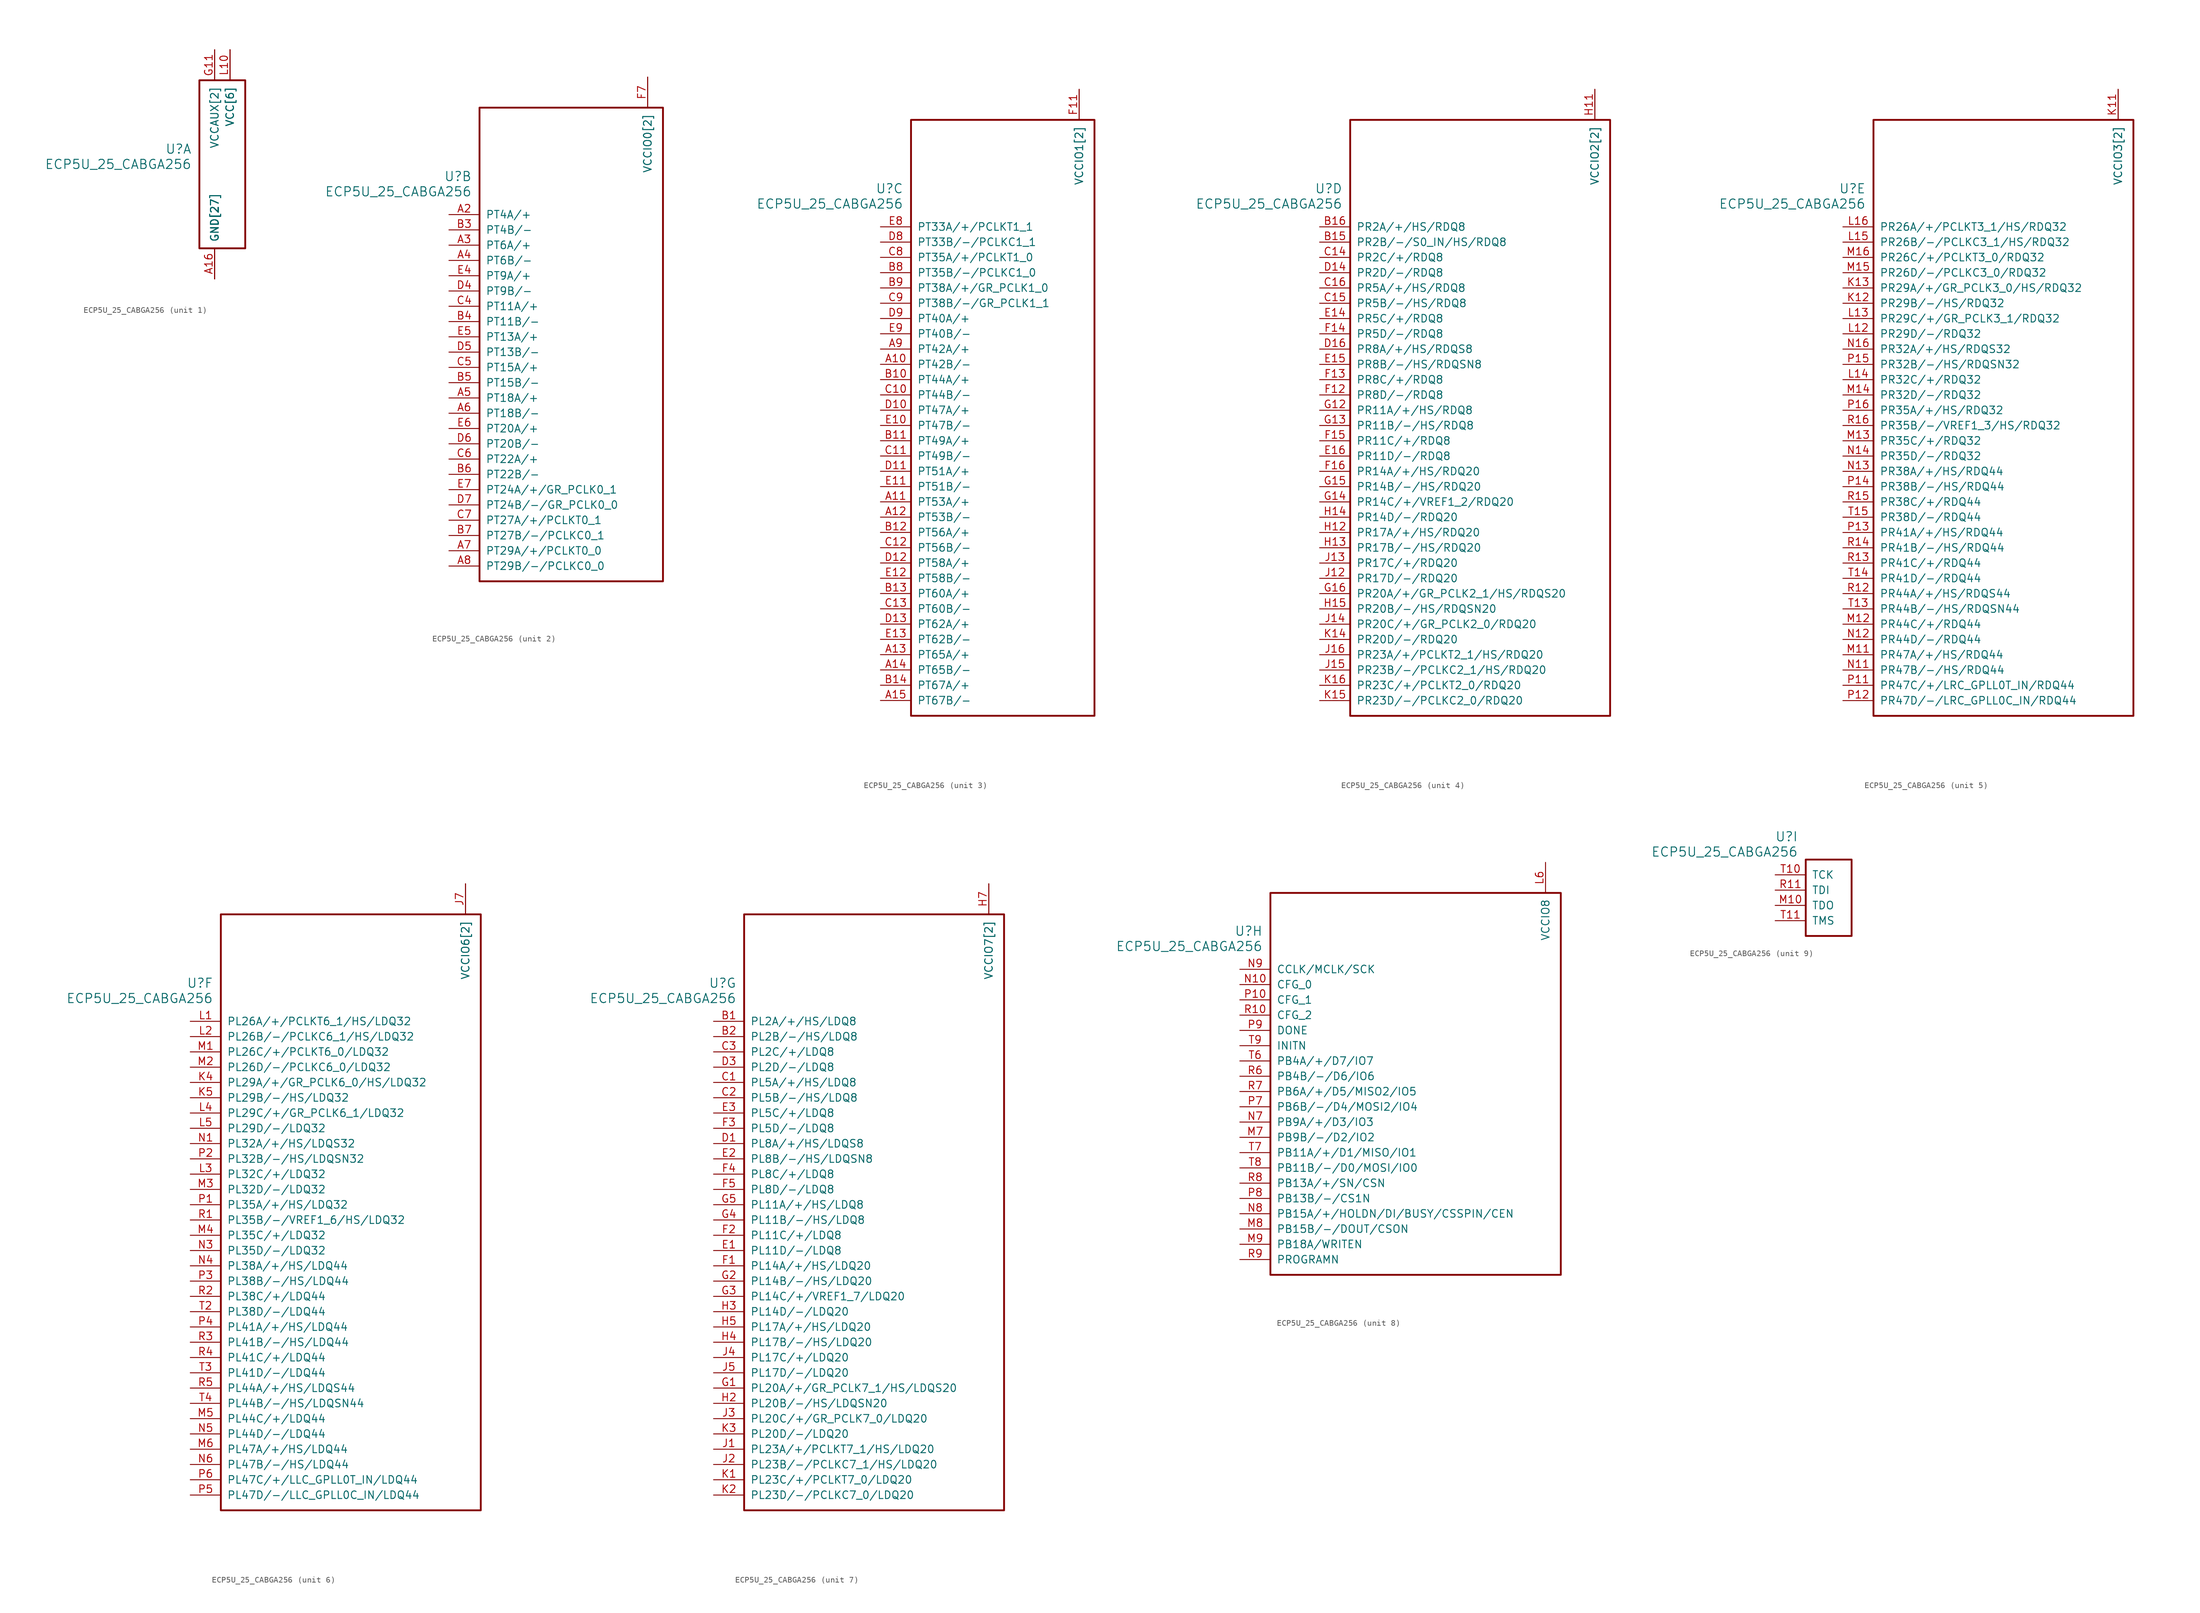
<source format=kicad_sym>
(kicad_symbol_lib
  (version 20241209)
  (generator "kicad_symbol_editor")
  (generator_version "9.0")
  (symbol "ECP5U_25_CABGA256"
    (pin_names
      (offset 1.016))
    (property "Reference" "U"
      (at 3.81 6.35 0)
      (effects (font (size 1.524 1.524)) (justify right)))
    (property "Value" "ECP5U_25_CABGA256"
      (at 3.81 3.81 0)
      (effects (font (size 1.524 1.524)) (justify right)))
    (property "ki_locked" ""
      (at 0 0 0)
      (effects (font (size 1.27 1.27))))
    (symbol "ECP5U_25_CABGA256_1_1"
      (rectangle (start 5.08 17.78) (end 12.7 -10.16) (stroke (width 0.305) (type solid)) (fill (type none)))
      (pin power_in line (at 7.62 22.86 270) (length 5.08) (name "VCCAUX[2]" (effects (font (size 1.27 1.27)))) (number "G11" (effects (font (size 1.27 1.27)))))
      (pin power_in line (at 7.62 22.86 270) (length 5.08) (name "VCCAUX[2]" (effects (font (size 1.27 1.27)))) (number "L7" (effects (font (size 0 0)))))
      (pin power_in line (at 7.62 -15.24 90) (length 5.08) (name "GND[27]" (effects (font (size 1.27 1.27)))) (number "A1" (effects (font (size 0 0)))))
      (pin power_in line (at 7.62 -15.24 90) (length 5.08) (name "GND[27]" (effects (font (size 1.27 1.27)))) (number "A16" (effects (font (size 1.27 1.27)))))
      (pin power_in line (at 7.62 -15.24 90) (length 5.08) (name "GND[27]" (effects (font (size 1.27 1.27)))) (number "D15" (effects (font (size 0 0)))))
      (pin power_in line (at 7.62 -15.24 90) (length 5.08) (name "GND[27]" (effects (font (size 1.27 1.27)))) (number "D2" (effects (font (size 0 0)))))
      (pin power_in line (at 7.62 -15.24 90) (length 5.08) (name "GND[27]" (effects (font (size 1.27 1.27)))) (number "F8" (effects (font (size 0 0)))))
      (pin power_in line (at 7.62 -15.24 90) (length 5.08) (name "GND[27]" (effects (font (size 1.27 1.27)))) (number "F9" (effects (font (size 0 0)))))
      (pin power_in line (at 7.62 -15.24 90) (length 5.08) (name "GND[27]" (effects (font (size 1.27 1.27)))) (number "G10" (effects (font (size 0 0)))))
      (pin power_in line (at 7.62 -15.24 90) (length 5.08) (name "GND[27]" (effects (font (size 1.27 1.27)))) (number "G8" (effects (font (size 0 0)))))
      (pin power_in line (at 7.62 -15.24 90) (length 5.08) (name "GND[27]" (effects (font (size 1.27 1.27)))) (number "H1" (effects (font (size 0 0)))))
      (pin power_in line (at 7.62 -15.24 90) (length 5.08) (name "GND[27]" (effects (font (size 1.27 1.27)))) (number "H10" (effects (font (size 0 0)))))
      (pin power_in line (at 7.62 -15.24 90) (length 5.08) (name "GND[27]" (effects (font (size 1.27 1.27)))) (number "H16" (effects (font (size 0 0)))))
      (pin power_in line (at 7.62 -15.24 90) (length 5.08) (name "GND[27]" (effects (font (size 1.27 1.27)))) (number "H8" (effects (font (size 0 0)))))
      (pin power_in line (at 7.62 -15.24 90) (length 5.08) (name "GND[27]" (effects (font (size 1.27 1.27)))) (number "H9" (effects (font (size 0 0)))))
      (pin power_in line (at 7.62 -15.24 90) (length 5.08) (name "GND[27]" (effects (font (size 1.27 1.27)))) (number "J10" (effects (font (size 0 0)))))
      (pin power_in line (at 7.62 -15.24 90) (length 5.08) (name "GND[27]" (effects (font (size 1.27 1.27)))) (number "J8" (effects (font (size 0 0)))))
      (pin power_in line (at 7.62 -15.24 90) (length 5.08) (name "GND[27]" (effects (font (size 1.27 1.27)))) (number "J9" (effects (font (size 0 0)))))
      (pin power_in line (at 7.62 -15.24 90) (length 5.08) (name "GND[27]" (effects (font (size 1.27 1.27)))) (number "K10" (effects (font (size 0 0)))))
      (pin power_in line (at 7.62 -15.24 90) (length 5.08) (name "GND[27]" (effects (font (size 1.27 1.27)))) (number "K6" (effects (font (size 0 0)))))
      (pin power_in line (at 7.62 -15.24 90) (length 5.08) (name "GND[27]" (effects (font (size 1.27 1.27)))) (number "K7" (effects (font (size 0 0)))))
      (pin power_in line (at 7.62 -15.24 90) (length 5.08) (name "GND[27]" (effects (font (size 1.27 1.27)))) (number "K8" (effects (font (size 0 0)))))
      (pin power_in line (at 7.62 -15.24 90) (length 5.08) (name "GND[27]" (effects (font (size 1.27 1.27)))) (number "K9" (effects (font (size 0 0)))))
      (pin power_in line (at 7.62 -15.24 90) (length 5.08) (name "GND[27]" (effects (font (size 1.27 1.27)))) (number "N15" (effects (font (size 0 0)))))
      (pin power_in line (at 7.62 -15.24 90) (length 5.08) (name "GND[27]" (effects (font (size 1.27 1.27)))) (number "N2" (effects (font (size 0 0)))))
      (pin power_in line (at 7.62 -15.24 90) (length 5.08) (name "GND[27]" (effects (font (size 1.27 1.27)))) (number "T1" (effects (font (size 0 0)))))
      (pin power_in line (at 7.62 -15.24 90) (length 5.08) (name "GND[27]" (effects (font (size 1.27 1.27)))) (number "T12" (effects (font (size 0 0)))))
      (pin power_in line (at 7.62 -15.24 90) (length 5.08) (name "GND[27]" (effects (font (size 1.27 1.27)))) (number "T16" (effects (font (size 0 0)))))
      (pin power_in line (at 7.62 -15.24 90) (length 5.08) (name "GND[27]" (effects (font (size 1.27 1.27)))) (number "T5" (effects (font (size 0 0)))))
      (pin power_in line (at 10.16 22.86 270) (length 5.08) (name "VCC[6]" (effects (font (size 1.27 1.27)))) (number "G6" (effects (font (size 0 0)))))
      (pin power_in line (at 10.16 22.86 270) (length 5.08) (name "VCC[6]" (effects (font (size 1.27 1.27)))) (number "G7" (effects (font (size 0 0)))))
      (pin power_in line (at 10.16 22.86 270) (length 5.08) (name "VCC[6]" (effects (font (size 1.27 1.27)))) (number "G9" (effects (font (size 0 0)))))
      (pin power_in line (at 10.16 22.86 270) (length 5.08) (name "VCC[6]" (effects (font (size 1.27 1.27)))) (number "L10" (effects (font (size 1.27 1.27)))))
      (pin power_in line (at 10.16 22.86 270) (length 5.08) (name "VCC[6]" (effects (font (size 1.27 1.27)))) (number "L8" (effects (font (size 0 0)))))
      (pin power_in line (at 10.16 22.86 270) (length 5.08) (name "VCC[6]" (effects (font (size 1.27 1.27)))) (number "L9" (effects (font (size 0 0))))))
    (symbol "ECP5U_25_CABGA256_2_1"
      (rectangle (start 5.08 17.78) (end 35.56 -60.96) (stroke (width 0.305) (type solid)) (fill (type none)))
      (pin bidirectional line (at 0 0 0) (length 5.08) (name "PT4A/+" (effects (font (size 1.27 1.27)))) (number "A2" (effects (font (size 1.27 1.27)))))
      (pin bidirectional line (at 0 -2.54 0) (length 5.08) (name "PT4B/-" (effects (font (size 1.27 1.27)))) (number "B3" (effects (font (size 1.27 1.27)))))
      (pin bidirectional line (at 0 -5.08 0) (length 5.08) (name "PT6A/+" (effects (font (size 1.27 1.27)))) (number "A3" (effects (font (size 1.27 1.27)))))
      (pin bidirectional line (at 0 -7.62 0) (length 5.08) (name "PT6B/-" (effects (font (size 1.27 1.27)))) (number "A4" (effects (font (size 1.27 1.27)))))
      (pin bidirectional line (at 0 -10.16 0) (length 5.08) (name "PT9A/+" (effects (font (size 1.27 1.27)))) (number "E4" (effects (font (size 1.27 1.27)))))
      (pin bidirectional line (at 0 -12.7 0) (length 5.08) (name "PT9B/-" (effects (font (size 1.27 1.27)))) (number "D4" (effects (font (size 1.27 1.27)))))
      (pin bidirectional line (at 0 -15.24 0) (length 5.08) (name "PT11A/+" (effects (font (size 1.27 1.27)))) (number "C4" (effects (font (size 1.27 1.27)))))
      (pin bidirectional line (at 0 -17.78 0) (length 5.08) (name "PT11B/-" (effects (font (size 1.27 1.27)))) (number "B4" (effects (font (size 1.27 1.27)))))
      (pin bidirectional line (at 0 -20.32 0) (length 5.08) (name "PT13A/+" (effects (font (size 1.27 1.27)))) (number "E5" (effects (font (size 1.27 1.27)))))
      (pin bidirectional line (at 0 -22.86 0) (length 5.08) (name "PT13B/-" (effects (font (size 1.27 1.27)))) (number "D5" (effects (font (size 1.27 1.27)))))
      (pin bidirectional line (at 0 -25.4 0) (length 5.08) (name "PT15A/+" (effects (font (size 1.27 1.27)))) (number "C5" (effects (font (size 1.27 1.27)))))
      (pin bidirectional line (at 0 -27.94 0) (length 5.08) (name "PT15B/-" (effects (font (size 1.27 1.27)))) (number "B5" (effects (font (size 1.27 1.27)))))
      (pin bidirectional line (at 0 -30.48 0) (length 5.08) (name "PT18A/+" (effects (font (size 1.27 1.27)))) (number "A5" (effects (font (size 1.27 1.27)))))
      (pin bidirectional line (at 0 -33.02 0) (length 5.08) (name "PT18B/-" (effects (font (size 1.27 1.27)))) (number "A6" (effects (font (size 1.27 1.27)))))
      (pin bidirectional line (at 0 -35.56 0) (length 5.08) (name "PT20A/+" (effects (font (size 1.27 1.27)))) (number "E6" (effects (font (size 1.27 1.27)))))
      (pin bidirectional line (at 0 -38.1 0) (length 5.08) (name "PT20B/-" (effects (font (size 1.27 1.27)))) (number "D6" (effects (font (size 1.27 1.27)))))
      (pin bidirectional line (at 0 -40.64 0) (length 5.08) (name "PT22A/+" (effects (font (size 1.27 1.27)))) (number "C6" (effects (font (size 1.27 1.27)))))
      (pin bidirectional line (at 0 -43.18 0) (length 5.08) (name "PT22B/-" (effects (font (size 1.27 1.27)))) (number "B6" (effects (font (size 1.27 1.27)))))
      (pin bidirectional line (at 0 -45.72 0) (length 5.08) (name "PT24A/+/GR_PCLK0_1" (effects (font (size 1.27 1.27)))) (number "E7" (effects (font (size 1.27 1.27)))))
      (pin bidirectional line (at 0 -48.26 0) (length 5.08) (name "PT24B/-/GR_PCLK0_0" (effects (font (size 1.27 1.27)))) (number "D7" (effects (font (size 1.27 1.27)))))
      (pin bidirectional line (at 0 -50.8 0) (length 5.08) (name "PT27A/+/PCLKT0_1" (effects (font (size 1.27 1.27)))) (number "C7" (effects (font (size 1.27 1.27)))))
      (pin bidirectional line (at 0 -53.34 0) (length 5.08) (name "PT27B/-/PCLKC0_1" (effects (font (size 1.27 1.27)))) (number "B7" (effects (font (size 1.27 1.27)))))
      (pin bidirectional line (at 0 -55.88 0) (length 5.08) (name "PT29A/+/PCLKT0_0" (effects (font (size 1.27 1.27)))) (number "A7" (effects (font (size 1.27 1.27)))))
      (pin bidirectional line (at 0 -58.42 0) (length 5.08) (name "PT29B/-/PCLKC0_0" (effects (font (size 1.27 1.27)))) (number "A8" (effects (font (size 1.27 1.27)))))
      (pin power_in line (at 33.02 22.86 270) (length 5.08) (name "VCCIO0[2]" (effects (font (size 1.27 1.27)))) (number "F6" (effects (font (size 0 0)))))
      (pin power_in line (at 33.02 22.86 270) (length 5.08) (name "VCCIO0[2]" (effects (font (size 1.27 1.27)))) (number "F7" (effects (font (size 1.27 1.27))))))
    (symbol "ECP5U_25_CABGA256_3_1"
      (rectangle (start 5.08 17.78) (end 35.56 -81.28) (stroke (width 0.305) (type solid)) (fill (type none)))
      (pin bidirectional line (at 0 0 0) (length 5.08) (name "PT33A/+/PCLKT1_1" (effects (font (size 1.27 1.27)))) (number "E8" (effects (font (size 1.27 1.27)))))
      (pin bidirectional line (at 0 -2.54 0) (length 5.08) (name "PT33B/-/PCLKC1_1" (effects (font (size 1.27 1.27)))) (number "D8" (effects (font (size 1.27 1.27)))))
      (pin bidirectional line (at 0 -5.08 0) (length 5.08) (name "PT35A/+/PCLKT1_0" (effects (font (size 1.27 1.27)))) (number "C8" (effects (font (size 1.27 1.27)))))
      (pin bidirectional line (at 0 -7.62 0) (length 5.08) (name "PT35B/-/PCLKC1_0" (effects (font (size 1.27 1.27)))) (number "B8" (effects (font (size 1.27 1.27)))))
      (pin bidirectional line (at 0 -10.16 0) (length 5.08) (name "PT38A/+/GR_PCLK1_0" (effects (font (size 1.27 1.27)))) (number "B9" (effects (font (size 1.27 1.27)))))
      (pin bidirectional line (at 0 -12.7 0) (length 5.08) (name "PT38B/-/GR_PCLK1_1" (effects (font (size 1.27 1.27)))) (number "C9" (effects (font (size 1.27 1.27)))))
      (pin bidirectional line (at 0 -15.24 0) (length 5.08) (name "PT40A/+" (effects (font (size 1.27 1.27)))) (number "D9" (effects (font (size 1.27 1.27)))))
      (pin bidirectional line (at 0 -17.78 0) (length 5.08) (name "PT40B/-" (effects (font (size 1.27 1.27)))) (number "E9" (effects (font (size 1.27 1.27)))))
      (pin bidirectional line (at 0 -20.32 0) (length 5.08) (name "PT42A/+" (effects (font (size 1.27 1.27)))) (number "A9" (effects (font (size 1.27 1.27)))))
      (pin bidirectional line (at 0 -22.86 0) (length 5.08) (name "PT42B/-" (effects (font (size 1.27 1.27)))) (number "A10" (effects (font (size 1.27 1.27)))))
      (pin bidirectional line (at 0 -25.4 0) (length 5.08) (name "PT44A/+" (effects (font (size 1.27 1.27)))) (number "B10" (effects (font (size 1.27 1.27)))))
      (pin bidirectional line (at 0 -27.94 0) (length 5.08) (name "PT44B/-" (effects (font (size 1.27 1.27)))) (number "C10" (effects (font (size 1.27 1.27)))))
      (pin bidirectional line (at 0 -30.48 0) (length 5.08) (name "PT47A/+" (effects (font (size 1.27 1.27)))) (number "D10" (effects (font (size 1.27 1.27)))))
      (pin bidirectional line (at 0 -33.02 0) (length 5.08) (name "PT47B/-" (effects (font (size 1.27 1.27)))) (number "E10" (effects (font (size 1.27 1.27)))))
      (pin bidirectional line (at 0 -35.56 0) (length 5.08) (name "PT49A/+" (effects (font (size 1.27 1.27)))) (number "B11" (effects (font (size 1.27 1.27)))))
      (pin bidirectional line (at 0 -38.1 0) (length 5.08) (name "PT49B/-" (effects (font (size 1.27 1.27)))) (number "C11" (effects (font (size 1.27 1.27)))))
      (pin bidirectional line (at 0 -40.64 0) (length 5.08) (name "PT51A/+" (effects (font (size 1.27 1.27)))) (number "D11" (effects (font (size 1.27 1.27)))))
      (pin bidirectional line (at 0 -43.18 0) (length 5.08) (name "PT51B/-" (effects (font (size 1.27 1.27)))) (number "E11" (effects (font (size 1.27 1.27)))))
      (pin bidirectional line (at 0 -45.72 0) (length 5.08) (name "PT53A/+" (effects (font (size 1.27 1.27)))) (number "A11" (effects (font (size 1.27 1.27)))))
      (pin bidirectional line (at 0 -48.26 0) (length 5.08) (name "PT53B/-" (effects (font (size 1.27 1.27)))) (number "A12" (effects (font (size 1.27 1.27)))))
      (pin bidirectional line (at 0 -50.8 0) (length 5.08) (name "PT56A/+" (effects (font (size 1.27 1.27)))) (number "B12" (effects (font (size 1.27 1.27)))))
      (pin bidirectional line (at 0 -53.34 0) (length 5.08) (name "PT56B/-" (effects (font (size 1.27 1.27)))) (number "C12" (effects (font (size 1.27 1.27)))))
      (pin bidirectional line (at 0 -55.88 0) (length 5.08) (name "PT58A/+" (effects (font (size 1.27 1.27)))) (number "D12" (effects (font (size 1.27 1.27)))))
      (pin bidirectional line (at 0 -58.42 0) (length 5.08) (name "PT58B/-" (effects (font (size 1.27 1.27)))) (number "E12" (effects (font (size 1.27 1.27)))))
      (pin bidirectional line (at 0 -60.96 0) (length 5.08) (name "PT60A/+" (effects (font (size 1.27 1.27)))) (number "B13" (effects (font (size 1.27 1.27)))))
      (pin bidirectional line (at 0 -63.5 0) (length 5.08) (name "PT60B/-" (effects (font (size 1.27 1.27)))) (number "C13" (effects (font (size 1.27 1.27)))))
      (pin bidirectional line (at 0 -66.04 0) (length 5.08) (name "PT62A/+" (effects (font (size 1.27 1.27)))) (number "D13" (effects (font (size 1.27 1.27)))))
      (pin bidirectional line (at 0 -68.58 0) (length 5.08) (name "PT62B/-" (effects (font (size 1.27 1.27)))) (number "E13" (effects (font (size 1.27 1.27)))))
      (pin bidirectional line (at 0 -71.12 0) (length 5.08) (name "PT65A/+" (effects (font (size 1.27 1.27)))) (number "A13" (effects (font (size 1.27 1.27)))))
      (pin bidirectional line (at 0 -73.66 0) (length 5.08) (name "PT65B/-" (effects (font (size 1.27 1.27)))) (number "A14" (effects (font (size 1.27 1.27)))))
      (pin bidirectional line (at 0 -76.2 0) (length 5.08) (name "PT67A/+" (effects (font (size 1.27 1.27)))) (number "B14" (effects (font (size 1.27 1.27)))))
      (pin bidirectional line (at 0 -78.74 0) (length 5.08) (name "PT67B/-" (effects (font (size 1.27 1.27)))) (number "A15" (effects (font (size 1.27 1.27)))))
      (pin power_in line (at 33.02 22.86 270) (length 5.08) (name "VCCIO1[2]" (effects (font (size 1.27 1.27)))) (number "F10" (effects (font (size 0 0)))))
      (pin power_in line (at 33.02 22.86 270) (length 5.08) (name "VCCIO1[2]" (effects (font (size 1.27 1.27)))) (number "F11" (effects (font (size 1.27 1.27))))))
    (symbol "ECP5U_25_CABGA256_4_1"
      (rectangle (start 5.08 17.78) (end 48.26 -81.28) (stroke (width 0.305) (type solid)) (fill (type none)))
      (pin bidirectional line (at 0 0 0) (length 5.08) (name "PR2A/+/HS/RDQ8" (effects (font (size 1.27 1.27)))) (number "B16" (effects (font (size 1.27 1.27)))))
      (pin bidirectional line (at 0 -2.54 0) (length 5.08) (name "PR2B/-/S0_IN/HS/RDQ8" (effects (font (size 1.27 1.27)))) (number "B15" (effects (font (size 1.27 1.27)))))
      (pin bidirectional line (at 0 -5.08 0) (length 5.08) (name "PR2C/+/RDQ8" (effects (font (size 1.27 1.27)))) (number "C14" (effects (font (size 1.27 1.27)))))
      (pin bidirectional line (at 0 -7.62 0) (length 5.08) (name "PR2D/-/RDQ8" (effects (font (size 1.27 1.27)))) (number "D14" (effects (font (size 1.27 1.27)))))
      (pin bidirectional line (at 0 -10.16 0) (length 5.08) (name "PR5A/+/HS/RDQ8" (effects (font (size 1.27 1.27)))) (number "C16" (effects (font (size 1.27 1.27)))))
      (pin bidirectional line (at 0 -12.7 0) (length 5.08) (name "PR5B/-/HS/RDQ8" (effects (font (size 1.27 1.27)))) (number "C15" (effects (font (size 1.27 1.27)))))
      (pin bidirectional line (at 0 -15.24 0) (length 5.08) (name "PR5C/+/RDQ8" (effects (font (size 1.27 1.27)))) (number "E14" (effects (font (size 1.27 1.27)))))
      (pin bidirectional line (at 0 -17.78 0) (length 5.08) (name "PR5D/-/RDQ8" (effects (font (size 1.27 1.27)))) (number "F14" (effects (font (size 1.27 1.27)))))
      (pin bidirectional line (at 0 -20.32 0) (length 5.08) (name "PR8A/+/HS/RDQS8" (effects (font (size 1.27 1.27)))) (number "D16" (effects (font (size 1.27 1.27)))))
      (pin bidirectional line (at 0 -22.86 0) (length 5.08) (name "PR8B/-/HS/RDQSN8" (effects (font (size 1.27 1.27)))) (number "E15" (effects (font (size 1.27 1.27)))))
      (pin bidirectional line (at 0 -25.4 0) (length 5.08) (name "PR8C/+/RDQ8" (effects (font (size 1.27 1.27)))) (number "F13" (effects (font (size 1.27 1.27)))))
      (pin bidirectional line (at 0 -27.94 0) (length 5.08) (name "PR8D/-/RDQ8" (effects (font (size 1.27 1.27)))) (number "F12" (effects (font (size 1.27 1.27)))))
      (pin bidirectional line (at 0 -30.48 0) (length 5.08) (name "PR11A/+/HS/RDQ8" (effects (font (size 1.27 1.27)))) (number "G12" (effects (font (size 1.27 1.27)))))
      (pin bidirectional line (at 0 -33.02 0) (length 5.08) (name "PR11B/-/HS/RDQ8" (effects (font (size 1.27 1.27)))) (number "G13" (effects (font (size 1.27 1.27)))))
      (pin bidirectional line (at 0 -35.56 0) (length 5.08) (name "PR11C/+/RDQ8" (effects (font (size 1.27 1.27)))) (number "F15" (effects (font (size 1.27 1.27)))))
      (pin bidirectional line (at 0 -38.1 0) (length 5.08) (name "PR11D/-/RDQ8" (effects (font (size 1.27 1.27)))) (number "E16" (effects (font (size 1.27 1.27)))))
      (pin bidirectional line (at 0 -40.64 0) (length 5.08) (name "PR14A/+/HS/RDQ20" (effects (font (size 1.27 1.27)))) (number "F16" (effects (font (size 1.27 1.27)))))
      (pin bidirectional line (at 0 -43.18 0) (length 5.08) (name "PR14B/-/HS/RDQ20" (effects (font (size 1.27 1.27)))) (number "G15" (effects (font (size 1.27 1.27)))))
      (pin bidirectional line (at 0 -45.72 0) (length 5.08) (name "PR14C/+/VREF1_2/RDQ20" (effects (font (size 1.27 1.27)))) (number "G14" (effects (font (size 1.27 1.27)))))
      (pin bidirectional line (at 0 -48.26 0) (length 5.08) (name "PR14D/-/RDQ20" (effects (font (size 1.27 1.27)))) (number "H14" (effects (font (size 1.27 1.27)))))
      (pin bidirectional line (at 0 -50.8 0) (length 5.08) (name "PR17A/+/HS/RDQ20" (effects (font (size 1.27 1.27)))) (number "H12" (effects (font (size 1.27 1.27)))))
      (pin bidirectional line (at 0 -53.34 0) (length 5.08) (name "PR17B/-/HS/RDQ20" (effects (font (size 1.27 1.27)))) (number "H13" (effects (font (size 1.27 1.27)))))
      (pin bidirectional line (at 0 -55.88 0) (length 5.08) (name "PR17C/+/RDQ20" (effects (font (size 1.27 1.27)))) (number "J13" (effects (font (size 1.27 1.27)))))
      (pin bidirectional line (at 0 -58.42 0) (length 5.08) (name "PR17D/-/RDQ20" (effects (font (size 1.27 1.27)))) (number "J12" (effects (font (size 1.27 1.27)))))
      (pin bidirectional line (at 0 -60.96 0) (length 5.08) (name "PR20A/+/GR_PCLK2_1/HS/RDQS20" (effects (font (size 1.27 1.27)))) (number "G16" (effects (font (size 1.27 1.27)))))
      (pin bidirectional line (at 0 -63.5 0) (length 5.08) (name "PR20B/-/HS/RDQSN20" (effects (font (size 1.27 1.27)))) (number "H15" (effects (font (size 1.27 1.27)))))
      (pin bidirectional line (at 0 -66.04 0) (length 5.08) (name "PR20C/+/GR_PCLK2_0/RDQ20" (effects (font (size 1.27 1.27)))) (number "J14" (effects (font (size 1.27 1.27)))))
      (pin bidirectional line (at 0 -68.58 0) (length 5.08) (name "PR20D/-/RDQ20" (effects (font (size 1.27 1.27)))) (number "K14" (effects (font (size 1.27 1.27)))))
      (pin bidirectional line (at 0 -71.12 0) (length 5.08) (name "PR23A/+/PCLKT2_1/HS/RDQ20" (effects (font (size 1.27 1.27)))) (number "J16" (effects (font (size 1.27 1.27)))))
      (pin bidirectional line (at 0 -73.66 0) (length 5.08) (name "PR23B/-/PCLKC2_1/HS/RDQ20" (effects (font (size 1.27 1.27)))) (number "J15" (effects (font (size 1.27 1.27)))))
      (pin bidirectional line (at 0 -76.2 0) (length 5.08) (name "PR23C/+/PCLKT2_0/RDQ20" (effects (font (size 1.27 1.27)))) (number "K16" (effects (font (size 1.27 1.27)))))
      (pin bidirectional line (at 0 -78.74 0) (length 5.08) (name "PR23D/-/PCLKC2_0/RDQ20" (effects (font (size 1.27 1.27)))) (number "K15" (effects (font (size 1.27 1.27)))))
      (pin power_in line (at 45.72 22.86 270) (length 5.08) (name "VCCIO2[2]" (effects (font (size 1.27 1.27)))) (number "H11" (effects (font (size 1.27 1.27)))))
      (pin power_in line (at 45.72 22.86 270) (length 5.08) (name "VCCIO2[2]" (effects (font (size 1.27 1.27)))) (number "J11" (effects (font (size 0 0))))))
    (symbol "ECP5U_25_CABGA256_5_1"
      (rectangle (start 5.08 17.78) (end 48.26 -81.28) (stroke (width 0.305) (type solid)) (fill (type none)))
      (pin bidirectional line (at 0 0 0) (length 5.08) (name "PR26A/+/PCLKT3_1/HS/RDQ32" (effects (font (size 1.27 1.27)))) (number "L16" (effects (font (size 1.27 1.27)))))
      (pin bidirectional line (at 0 -2.54 0) (length 5.08) (name "PR26B/-/PCLKC3_1/HS/RDQ32" (effects (font (size 1.27 1.27)))) (number "L15" (effects (font (size 1.27 1.27)))))
      (pin bidirectional line (at 0 -5.08 0) (length 5.08) (name "PR26C/+/PCLKT3_0/RDQ32" (effects (font (size 1.27 1.27)))) (number "M16" (effects (font (size 1.27 1.27)))))
      (pin bidirectional line (at 0 -7.62 0) (length 5.08) (name "PR26D/-/PCLKC3_0/RDQ32" (effects (font (size 1.27 1.27)))) (number "M15" (effects (font (size 1.27 1.27)))))
      (pin bidirectional line (at 0 -10.16 0) (length 5.08) (name "PR29A/+/GR_PCLK3_0/HS/RDQ32" (effects (font (size 1.27 1.27)))) (number "K13" (effects (font (size 1.27 1.27)))))
      (pin bidirectional line (at 0 -12.7 0) (length 5.08) (name "PR29B/-/HS/RDQ32" (effects (font (size 1.27 1.27)))) (number "K12" (effects (font (size 1.27 1.27)))))
      (pin bidirectional line (at 0 -15.24 0) (length 5.08) (name "PR29C/+/GR_PCLK3_1/RDQ32" (effects (font (size 1.27 1.27)))) (number "L13" (effects (font (size 1.27 1.27)))))
      (pin bidirectional line (at 0 -17.78 0) (length 5.08) (name "PR29D/-/RDQ32" (effects (font (size 1.27 1.27)))) (number "L12" (effects (font (size 1.27 1.27)))))
      (pin bidirectional line (at 0 -20.32 0) (length 5.08) (name "PR32A/+/HS/RDQS32" (effects (font (size 1.27 1.27)))) (number "N16" (effects (font (size 1.27 1.27)))))
      (pin bidirectional line (at 0 -22.86 0) (length 5.08) (name "PR32B/-/HS/RDQSN32" (effects (font (size 1.27 1.27)))) (number "P15" (effects (font (size 1.27 1.27)))))
      (pin bidirectional line (at 0 -25.4 0) (length 5.08) (name "PR32C/+/RDQ32" (effects (font (size 1.27 1.27)))) (number "L14" (effects (font (size 1.27 1.27)))))
      (pin bidirectional line (at 0 -27.94 0) (length 5.08) (name "PR32D/-/RDQ32" (effects (font (size 1.27 1.27)))) (number "M14" (effects (font (size 1.27 1.27)))))
      (pin bidirectional line (at 0 -30.48 0) (length 5.08) (name "PR35A/+/HS/RDQ32" (effects (font (size 1.27 1.27)))) (number "P16" (effects (font (size 1.27 1.27)))))
      (pin bidirectional line (at 0 -33.02 0) (length 5.08) (name "PR35B/-/VREF1_3/HS/RDQ32" (effects (font (size 1.27 1.27)))) (number "R16" (effects (font (size 1.27 1.27)))))
      (pin bidirectional line (at 0 -35.56 0) (length 5.08) (name "PR35C/+/RDQ32" (effects (font (size 1.27 1.27)))) (number "M13" (effects (font (size 1.27 1.27)))))
      (pin bidirectional line (at 0 -38.1 0) (length 5.08) (name "PR35D/-/RDQ32" (effects (font (size 1.27 1.27)))) (number "N14" (effects (font (size 1.27 1.27)))))
      (pin bidirectional line (at 0 -40.64 0) (length 5.08) (name "PR38A/+/HS/RDQ44" (effects (font (size 1.27 1.27)))) (number "N13" (effects (font (size 1.27 1.27)))))
      (pin bidirectional line (at 0 -43.18 0) (length 5.08) (name "PR38B/-/HS/RDQ44" (effects (font (size 1.27 1.27)))) (number "P14" (effects (font (size 1.27 1.27)))))
      (pin bidirectional line (at 0 -45.72 0) (length 5.08) (name "PR38C/+/RDQ44" (effects (font (size 1.27 1.27)))) (number "R15" (effects (font (size 1.27 1.27)))))
      (pin bidirectional line (at 0 -48.26 0) (length 5.08) (name "PR38D/-/RDQ44" (effects (font (size 1.27 1.27)))) (number "T15" (effects (font (size 1.27 1.27)))))
      (pin bidirectional line (at 0 -50.8 0) (length 5.08) (name "PR41A/+/HS/RDQ44" (effects (font (size 1.27 1.27)))) (number "P13" (effects (font (size 1.27 1.27)))))
      (pin bidirectional line (at 0 -53.34 0) (length 5.08) (name "PR41B/-/HS/RDQ44" (effects (font (size 1.27 1.27)))) (number "R14" (effects (font (size 1.27 1.27)))))
      (pin bidirectional line (at 0 -55.88 0) (length 5.08) (name "PR41C/+/RDQ44" (effects (font (size 1.27 1.27)))) (number "R13" (effects (font (size 1.27 1.27)))))
      (pin bidirectional line (at 0 -58.42 0) (length 5.08) (name "PR41D/-/RDQ44" (effects (font (size 1.27 1.27)))) (number "T14" (effects (font (size 1.27 1.27)))))
      (pin bidirectional line (at 0 -60.96 0) (length 5.08) (name "PR44A/+/HS/RDQS44" (effects (font (size 1.27 1.27)))) (number "R12" (effects (font (size 1.27 1.27)))))
      (pin bidirectional line (at 0 -63.5 0) (length 5.08) (name "PR44B/-/HS/RDQSN44" (effects (font (size 1.27 1.27)))) (number "T13" (effects (font (size 1.27 1.27)))))
      (pin bidirectional line (at 0 -66.04 0) (length 5.08) (name "PR44C/+/RDQ44" (effects (font (size 1.27 1.27)))) (number "M12" (effects (font (size 1.27 1.27)))))
      (pin bidirectional line (at 0 -68.58 0) (length 5.08) (name "PR44D/-/RDQ44" (effects (font (size 1.27 1.27)))) (number "N12" (effects (font (size 1.27 1.27)))))
      (pin bidirectional line (at 0 -71.12 0) (length 5.08) (name "PR47A/+/HS/RDQ44" (effects (font (size 1.27 1.27)))) (number "M11" (effects (font (size 1.27 1.27)))))
      (pin bidirectional line (at 0 -73.66 0) (length 5.08) (name "PR47B/-/HS/RDQ44" (effects (font (size 1.27 1.27)))) (number "N11" (effects (font (size 1.27 1.27)))))
      (pin bidirectional line (at 0 -76.2 0) (length 5.08) (name "PR47C/+/LRC_GPLL0T_IN/RDQ44" (effects (font (size 1.27 1.27)))) (number "P11" (effects (font (size 1.27 1.27)))))
      (pin bidirectional line (at 0 -78.74 0) (length 5.08) (name "PR47D/-/LRC_GPLL0C_IN/RDQ44" (effects (font (size 1.27 1.27)))) (number "P12" (effects (font (size 1.27 1.27)))))
      (pin power_in line (at 45.72 22.86 270) (length 5.08) (name "VCCIO3[2]" (effects (font (size 1.27 1.27)))) (number "K11" (effects (font (size 1.27 1.27)))))
      (pin power_in line (at 45.72 22.86 270) (length 5.08) (name "VCCIO3[2]" (effects (font (size 1.27 1.27)))) (number "L11" (effects (font (size 0 0))))))
    (symbol "ECP5U_25_CABGA256_6_1"
      (rectangle (start 5.08 17.78) (end 48.26 -81.28) (stroke (width 0.305) (type solid)) (fill (type none)))
      (pin bidirectional line (at 0 0 0) (length 5.08) (name "PL26A/+/PCLKT6_1/HS/LDQ32" (effects (font (size 1.27 1.27)))) (number "L1" (effects (font (size 1.27 1.27)))))
      (pin bidirectional line (at 0 -2.54 0) (length 5.08) (name "PL26B/-/PCLKC6_1/HS/LDQ32" (effects (font (size 1.27 1.27)))) (number "L2" (effects (font (size 1.27 1.27)))))
      (pin bidirectional line (at 0 -5.08 0) (length 5.08) (name "PL26C/+/PCLKT6_0/LDQ32" (effects (font (size 1.27 1.27)))) (number "M1" (effects (font (size 1.27 1.27)))))
      (pin bidirectional line (at 0 -7.62 0) (length 5.08) (name "PL26D/-/PCLKC6_0/LDQ32" (effects (font (size 1.27 1.27)))) (number "M2" (effects (font (size 1.27 1.27)))))
      (pin bidirectional line (at 0 -10.16 0) (length 5.08) (name "PL29A/+/GR_PCLK6_0/HS/LDQ32" (effects (font (size 1.27 1.27)))) (number "K4" (effects (font (size 1.27 1.27)))))
      (pin bidirectional line (at 0 -12.7 0) (length 5.08) (name "PL29B/-/HS/LDQ32" (effects (font (size 1.27 1.27)))) (number "K5" (effects (font (size 1.27 1.27)))))
      (pin bidirectional line (at 0 -15.24 0) (length 5.08) (name "PL29C/+/GR_PCLK6_1/LDQ32" (effects (font (size 1.27 1.27)))) (number "L4" (effects (font (size 1.27 1.27)))))
      (pin bidirectional line (at 0 -17.78 0) (length 5.08) (name "PL29D/-/LDQ32" (effects (font (size 1.27 1.27)))) (number "L5" (effects (font (size 1.27 1.27)))))
      (pin bidirectional line (at 0 -20.32 0) (length 5.08) (name "PL32A/+/HS/LDQS32" (effects (font (size 1.27 1.27)))) (number "N1" (effects (font (size 1.27 1.27)))))
      (pin bidirectional line (at 0 -22.86 0) (length 5.08) (name "PL32B/-/HS/LDQSN32" (effects (font (size 1.27 1.27)))) (number "P2" (effects (font (size 1.27 1.27)))))
      (pin bidirectional line (at 0 -25.4 0) (length 5.08) (name "PL32C/+/LDQ32" (effects (font (size 1.27 1.27)))) (number "L3" (effects (font (size 1.27 1.27)))))
      (pin bidirectional line (at 0 -27.94 0) (length 5.08) (name "PL32D/-/LDQ32" (effects (font (size 1.27 1.27)))) (number "M3" (effects (font (size 1.27 1.27)))))
      (pin bidirectional line (at 0 -30.48 0) (length 5.08) (name "PL35A/+/HS/LDQ32" (effects (font (size 1.27 1.27)))) (number "P1" (effects (font (size 1.27 1.27)))))
      (pin bidirectional line (at 0 -33.02 0) (length 5.08) (name "PL35B/-/VREF1_6/HS/LDQ32" (effects (font (size 1.27 1.27)))) (number "R1" (effects (font (size 1.27 1.27)))))
      (pin bidirectional line (at 0 -35.56 0) (length 5.08) (name "PL35C/+/LDQ32" (effects (font (size 1.27 1.27)))) (number "M4" (effects (font (size 1.27 1.27)))))
      (pin bidirectional line (at 0 -38.1 0) (length 5.08) (name "PL35D/-/LDQ32" (effects (font (size 1.27 1.27)))) (number "N3" (effects (font (size 1.27 1.27)))))
      (pin bidirectional line (at 0 -40.64 0) (length 5.08) (name "PL38A/+/HS/LDQ44" (effects (font (size 1.27 1.27)))) (number "N4" (effects (font (size 1.27 1.27)))))
      (pin bidirectional line (at 0 -43.18 0) (length 5.08) (name "PL38B/-/HS/LDQ44" (effects (font (size 1.27 1.27)))) (number "P3" (effects (font (size 1.27 1.27)))))
      (pin bidirectional line (at 0 -45.72 0) (length 5.08) (name "PL38C/+/LDQ44" (effects (font (size 1.27 1.27)))) (number "R2" (effects (font (size 1.27 1.27)))))
      (pin bidirectional line (at 0 -48.26 0) (length 5.08) (name "PL38D/-/LDQ44" (effects (font (size 1.27 1.27)))) (number "T2" (effects (font (size 1.27 1.27)))))
      (pin bidirectional line (at 0 -50.8 0) (length 5.08) (name "PL41A/+/HS/LDQ44" (effects (font (size 1.27 1.27)))) (number "P4" (effects (font (size 1.27 1.27)))))
      (pin bidirectional line (at 0 -53.34 0) (length 5.08) (name "PL41B/-/HS/LDQ44" (effects (font (size 1.27 1.27)))) (number "R3" (effects (font (size 1.27 1.27)))))
      (pin bidirectional line (at 0 -55.88 0) (length 5.08) (name "PL41C/+/LDQ44" (effects (font (size 1.27 1.27)))) (number "R4" (effects (font (size 1.27 1.27)))))
      (pin bidirectional line (at 0 -58.42 0) (length 5.08) (name "PL41D/-/LDQ44" (effects (font (size 1.27 1.27)))) (number "T3" (effects (font (size 1.27 1.27)))))
      (pin bidirectional line (at 0 -60.96 0) (length 5.08) (name "PL44A/+/HS/LDQS44" (effects (font (size 1.27 1.27)))) (number "R5" (effects (font (size 1.27 1.27)))))
      (pin bidirectional line (at 0 -63.5 0) (length 5.08) (name "PL44B/-/HS/LDQSN44" (effects (font (size 1.27 1.27)))) (number "T4" (effects (font (size 1.27 1.27)))))
      (pin bidirectional line (at 0 -66.04 0) (length 5.08) (name "PL44C/+/LDQ44" (effects (font (size 1.27 1.27)))) (number "M5" (effects (font (size 1.27 1.27)))))
      (pin bidirectional line (at 0 -68.58 0) (length 5.08) (name "PL44D/-/LDQ44" (effects (font (size 1.27 1.27)))) (number "N5" (effects (font (size 1.27 1.27)))))
      (pin bidirectional line (at 0 -71.12 0) (length 5.08) (name "PL47A/+/HS/LDQ44" (effects (font (size 1.27 1.27)))) (number "M6" (effects (font (size 1.27 1.27)))))
      (pin bidirectional line (at 0 -73.66 0) (length 5.08) (name "PL47B/-/HS/LDQ44" (effects (font (size 1.27 1.27)))) (number "N6" (effects (font (size 1.27 1.27)))))
      (pin bidirectional line (at 0 -76.2 0) (length 5.08) (name "PL47C/+/LLC_GPLL0T_IN/LDQ44" (effects (font (size 1.27 1.27)))) (number "P6" (effects (font (size 1.27 1.27)))))
      (pin bidirectional line (at 0 -78.74 0) (length 5.08) (name "PL47D/-/LLC_GPLL0C_IN/LDQ44" (effects (font (size 1.27 1.27)))) (number "P5" (effects (font (size 1.27 1.27)))))
      (pin power_in line (at 45.72 22.86 270) (length 5.08) (name "VCCIO6[2]" (effects (font (size 1.27 1.27)))) (number "J6" (effects (font (size 0 0)))))
      (pin power_in line (at 45.72 22.86 270) (length 5.08) (name "VCCIO6[2]" (effects (font (size 1.27 1.27)))) (number "J7" (effects (font (size 1.27 1.27))))))
    (symbol "ECP5U_25_CABGA256_7_1"
      (rectangle (start 5.08 17.78) (end 48.26 -81.28) (stroke (width 0.305) (type solid)) (fill (type none)))
      (pin bidirectional line (at 0 0 0) (length 5.08) (name "PL2A/+/HS/LDQ8" (effects (font (size 1.27 1.27)))) (number "B1" (effects (font (size 1.27 1.27)))))
      (pin bidirectional line (at 0 -2.54 0) (length 5.08) (name "PL2B/-/HS/LDQ8" (effects (font (size 1.27 1.27)))) (number "B2" (effects (font (size 1.27 1.27)))))
      (pin bidirectional line (at 0 -5.08 0) (length 5.08) (name "PL2C/+/LDQ8" (effects (font (size 1.27 1.27)))) (number "C3" (effects (font (size 1.27 1.27)))))
      (pin bidirectional line (at 0 -7.62 0) (length 5.08) (name "PL2D/-/LDQ8" (effects (font (size 1.27 1.27)))) (number "D3" (effects (font (size 1.27 1.27)))))
      (pin bidirectional line (at 0 -10.16 0) (length 5.08) (name "PL5A/+/HS/LDQ8" (effects (font (size 1.27 1.27)))) (number "C1" (effects (font (size 1.27 1.27)))))
      (pin bidirectional line (at 0 -12.7 0) (length 5.08) (name "PL5B/-/HS/LDQ8" (effects (font (size 1.27 1.27)))) (number "C2" (effects (font (size 1.27 1.27)))))
      (pin bidirectional line (at 0 -15.24 0) (length 5.08) (name "PL5C/+/LDQ8" (effects (font (size 1.27 1.27)))) (number "E3" (effects (font (size 1.27 1.27)))))
      (pin bidirectional line (at 0 -17.78 0) (length 5.08) (name "PL5D/-/LDQ8" (effects (font (size 1.27 1.27)))) (number "F3" (effects (font (size 1.27 1.27)))))
      (pin bidirectional line (at 0 -20.32 0) (length 5.08) (name "PL8A/+/HS/LDQS8" (effects (font (size 1.27 1.27)))) (number "D1" (effects (font (size 1.27 1.27)))))
      (pin bidirectional line (at 0 -22.86 0) (length 5.08) (name "PL8B/-/HS/LDQSN8" (effects (font (size 1.27 1.27)))) (number "E2" (effects (font (size 1.27 1.27)))))
      (pin bidirectional line (at 0 -25.4 0) (length 5.08) (name "PL8C/+/LDQ8" (effects (font (size 1.27 1.27)))) (number "F4" (effects (font (size 1.27 1.27)))))
      (pin bidirectional line (at 0 -27.94 0) (length 5.08) (name "PL8D/-/LDQ8" (effects (font (size 1.27 1.27)))) (number "F5" (effects (font (size 1.27 1.27)))))
      (pin bidirectional line (at 0 -30.48 0) (length 5.08) (name "PL11A/+/HS/LDQ8" (effects (font (size 1.27 1.27)))) (number "G5" (effects (font (size 1.27 1.27)))))
      (pin bidirectional line (at 0 -33.02 0) (length 5.08) (name "PL11B/-/HS/LDQ8" (effects (font (size 1.27 1.27)))) (number "G4" (effects (font (size 1.27 1.27)))))
      (pin bidirectional line (at 0 -35.56 0) (length 5.08) (name "PL11C/+/LDQ8" (effects (font (size 1.27 1.27)))) (number "F2" (effects (font (size 1.27 1.27)))))
      (pin bidirectional line (at 0 -38.1 0) (length 5.08) (name "PL11D/-/LDQ8" (effects (font (size 1.27 1.27)))) (number "E1" (effects (font (size 1.27 1.27)))))
      (pin bidirectional line (at 0 -40.64 0) (length 5.08) (name "PL14A/+/HS/LDQ20" (effects (font (size 1.27 1.27)))) (number "F1" (effects (font (size 1.27 1.27)))))
      (pin bidirectional line (at 0 -43.18 0) (length 5.08) (name "PL14B/-/HS/LDQ20" (effects (font (size 1.27 1.27)))) (number "G2" (effects (font (size 1.27 1.27)))))
      (pin bidirectional line (at 0 -45.72 0) (length 5.08) (name "PL14C/+/VREF1_7/LDQ20" (effects (font (size 1.27 1.27)))) (number "G3" (effects (font (size 1.27 1.27)))))
      (pin bidirectional line (at 0 -48.26 0) (length 5.08) (name "PL14D/-/LDQ20" (effects (font (size 1.27 1.27)))) (number "H3" (effects (font (size 1.27 1.27)))))
      (pin bidirectional line (at 0 -50.8 0) (length 5.08) (name "PL17A/+/HS/LDQ20" (effects (font (size 1.27 1.27)))) (number "H5" (effects (font (size 1.27 1.27)))))
      (pin bidirectional line (at 0 -53.34 0) (length 5.08) (name "PL17B/-/HS/LDQ20" (effects (font (size 1.27 1.27)))) (number "H4" (effects (font (size 1.27 1.27)))))
      (pin bidirectional line (at 0 -55.88 0) (length 5.08) (name "PL17C/+/LDQ20" (effects (font (size 1.27 1.27)))) (number "J4" (effects (font (size 1.27 1.27)))))
      (pin bidirectional line (at 0 -58.42 0) (length 5.08) (name "PL17D/-/LDQ20" (effects (font (size 1.27 1.27)))) (number "J5" (effects (font (size 1.27 1.27)))))
      (pin bidirectional line (at 0 -60.96 0) (length 5.08) (name "PL20A/+/GR_PCLK7_1/HS/LDQS20" (effects (font (size 1.27 1.27)))) (number "G1" (effects (font (size 1.27 1.27)))))
      (pin bidirectional line (at 0 -63.5 0) (length 5.08) (name "PL20B/-/HS/LDQSN20" (effects (font (size 1.27 1.27)))) (number "H2" (effects (font (size 1.27 1.27)))))
      (pin bidirectional line (at 0 -66.04 0) (length 5.08) (name "PL20C/+/GR_PCLK7_0/LDQ20" (effects (font (size 1.27 1.27)))) (number "J3" (effects (font (size 1.27 1.27)))))
      (pin bidirectional line (at 0 -68.58 0) (length 5.08) (name "PL20D/-/LDQ20" (effects (font (size 1.27 1.27)))) (number "K3" (effects (font (size 1.27 1.27)))))
      (pin bidirectional line (at 0 -71.12 0) (length 5.08) (name "PL23A/+/PCLKT7_1/HS/LDQ20" (effects (font (size 1.27 1.27)))) (number "J1" (effects (font (size 1.27 1.27)))))
      (pin bidirectional line (at 0 -73.66 0) (length 5.08) (name "PL23B/-/PCLKC7_1/HS/LDQ20" (effects (font (size 1.27 1.27)))) (number "J2" (effects (font (size 1.27 1.27)))))
      (pin bidirectional line (at 0 -76.2 0) (length 5.08) (name "PL23C/+/PCLKT7_0/LDQ20" (effects (font (size 1.27 1.27)))) (number "K1" (effects (font (size 1.27 1.27)))))
      (pin bidirectional line (at 0 -78.74 0) (length 5.08) (name "PL23D/-/PCLKC7_0/LDQ20" (effects (font (size 1.27 1.27)))) (number "K2" (effects (font (size 1.27 1.27)))))
      (pin power_in line (at 45.72 22.86 270) (length 5.08) (name "VCCIO7[2]" (effects (font (size 1.27 1.27)))) (number "H6" (effects (font (size 0 0)))))
      (pin power_in line (at 45.72 22.86 270) (length 5.08) (name "VCCIO7[2]" (effects (font (size 1.27 1.27)))) (number "H7" (effects (font (size 1.27 1.27))))))
    (symbol "ECP5U_25_CABGA256_8_1"
      (rectangle (start 5.08 12.7) (end 53.34 -50.8) (stroke (width 0.305) (type solid)) (fill (type none)))
      (pin bidirectional line (at 0 0 0) (length 5.08) (name "CCLK/MCLK/SCK" (effects (font (size 1.27 1.27)))) (number "N9" (effects (font (size 1.27 1.27)))))
      (pin bidirectional line (at 0 -2.54 0) (length 5.08) (name "CFG_0" (effects (font (size 1.27 1.27)))) (number "N10" (effects (font (size 1.27 1.27)))))
      (pin bidirectional line (at 0 -5.08 0) (length 5.08) (name "CFG_1" (effects (font (size 1.27 1.27)))) (number "P10" (effects (font (size 1.27 1.27)))))
      (pin bidirectional line (at 0 -7.62 0) (length 5.08) (name "CFG_2" (effects (font (size 1.27 1.27)))) (number "R10" (effects (font (size 1.27 1.27)))))
      (pin bidirectional line (at 0 -10.16 0) (length 5.08) (name "DONE" (effects (font (size 1.27 1.27)))) (number "P9" (effects (font (size 1.27 1.27)))))
      (pin bidirectional line (at 0 -12.7 0) (length 5.08) (name "INITN" (effects (font (size 1.27 1.27)))) (number "T9" (effects (font (size 1.27 1.27)))))
      (pin bidirectional line (at 0 -15.24 0) (length 5.08) (name "PB4A/+/D7/IO7" (effects (font (size 1.27 1.27)))) (number "T6" (effects (font (size 1.27 1.27)))))
      (pin bidirectional line (at 0 -17.78 0) (length 5.08) (name "PB4B/-/D6/IO6" (effects (font (size 1.27 1.27)))) (number "R6" (effects (font (size 1.27 1.27)))))
      (pin bidirectional line (at 0 -20.32 0) (length 5.08) (name "PB6A/+/D5/MISO2/IO5" (effects (font (size 1.27 1.27)))) (number "R7" (effects (font (size 1.27 1.27)))))
      (pin bidirectional line (at 0 -22.86 0) (length 5.08) (name "PB6B/-/D4/MOSI2/IO4" (effects (font (size 1.27 1.27)))) (number "P7" (effects (font (size 1.27 1.27)))))
      (pin bidirectional line (at 0 -25.4 0) (length 5.08) (name "PB9A/+/D3/IO3" (effects (font (size 1.27 1.27)))) (number "N7" (effects (font (size 1.27 1.27)))))
      (pin bidirectional line (at 0 -27.94 0) (length 5.08) (name "PB9B/-/D2/IO2" (effects (font (size 1.27 1.27)))) (number "M7" (effects (font (size 1.27 1.27)))))
      (pin bidirectional line (at 0 -30.48 0) (length 5.08) (name "PB11A/+/D1/MISO/IO1" (effects (font (size 1.27 1.27)))) (number "T7" (effects (font (size 1.27 1.27)))))
      (pin bidirectional line (at 0 -33.02 0) (length 5.08) (name "PB11B/-/D0/MOSI/IO0" (effects (font (size 1.27 1.27)))) (number "T8" (effects (font (size 1.27 1.27)))))
      (pin bidirectional line (at 0 -35.56 0) (length 5.08) (name "PB13A/+/SN/CSN" (effects (font (size 1.27 1.27)))) (number "R8" (effects (font (size 1.27 1.27)))))
      (pin bidirectional line (at 0 -38.1 0) (length 5.08) (name "PB13B/-/CS1N" (effects (font (size 1.27 1.27)))) (number "P8" (effects (font (size 1.27 1.27)))))
      (pin bidirectional line (at 0 -40.64 0) (length 5.08) (name "PB15A/+/HOLDN/DI/BUSY/CSSPIN/CEN" (effects (font (size 1.27 1.27)))) (number "N8" (effects (font (size 1.27 1.27)))))
      (pin bidirectional line (at 0 -43.18 0) (length 5.08) (name "PB15B/-/DOUT/CSON" (effects (font (size 1.27 1.27)))) (number "M8" (effects (font (size 1.27 1.27)))))
      (pin bidirectional line (at 0 -45.72 0) (length 5.08) (name "PB18A/WRITEN" (effects (font (size 1.27 1.27)))) (number "M9" (effects (font (size 1.27 1.27)))))
      (pin bidirectional line (at 0 -48.26 0) (length 5.08) (name "PROGRAMN" (effects (font (size 1.27 1.27)))) (number "R9" (effects (font (size 1.27 1.27)))))
      (pin power_in line (at 50.8 17.78 270) (length 5.08) (name "VCCIO8" (effects (font (size 1.27 1.27)))) (number "L6" (effects (font (size 1.27 1.27))))))
    (symbol "ECP5U_25_CABGA256_9_1"
      (rectangle (start 5.08 2.54) (end 12.7 -10.16) (stroke (width 0.305) (type solid)) (fill (type none)))
      (pin bidirectional line (at 0 0 0) (length 5.08) (name "TCK" (effects (font (size 1.27 1.27)))) (number "T10" (effects (font (size 1.27 1.27)))))
      (pin bidirectional line (at 0 -2.54 0) (length 5.08) (name "TDI" (effects (font (size 1.27 1.27)))) (number "R11" (effects (font (size 1.27 1.27)))))
      (pin bidirectional line (at 0 -5.08 0) (length 5.08) (name "TDO" (effects (font (size 1.27 1.27)))) (number "M10" (effects (font (size 1.27 1.27)))))
      (pin bidirectional line (at 0 -7.62 0) (length 5.08) (name "TMS" (effects (font (size 1.27 1.27)))) (number "T11" (effects (font (size 1.27 1.27))))))))
</source>
